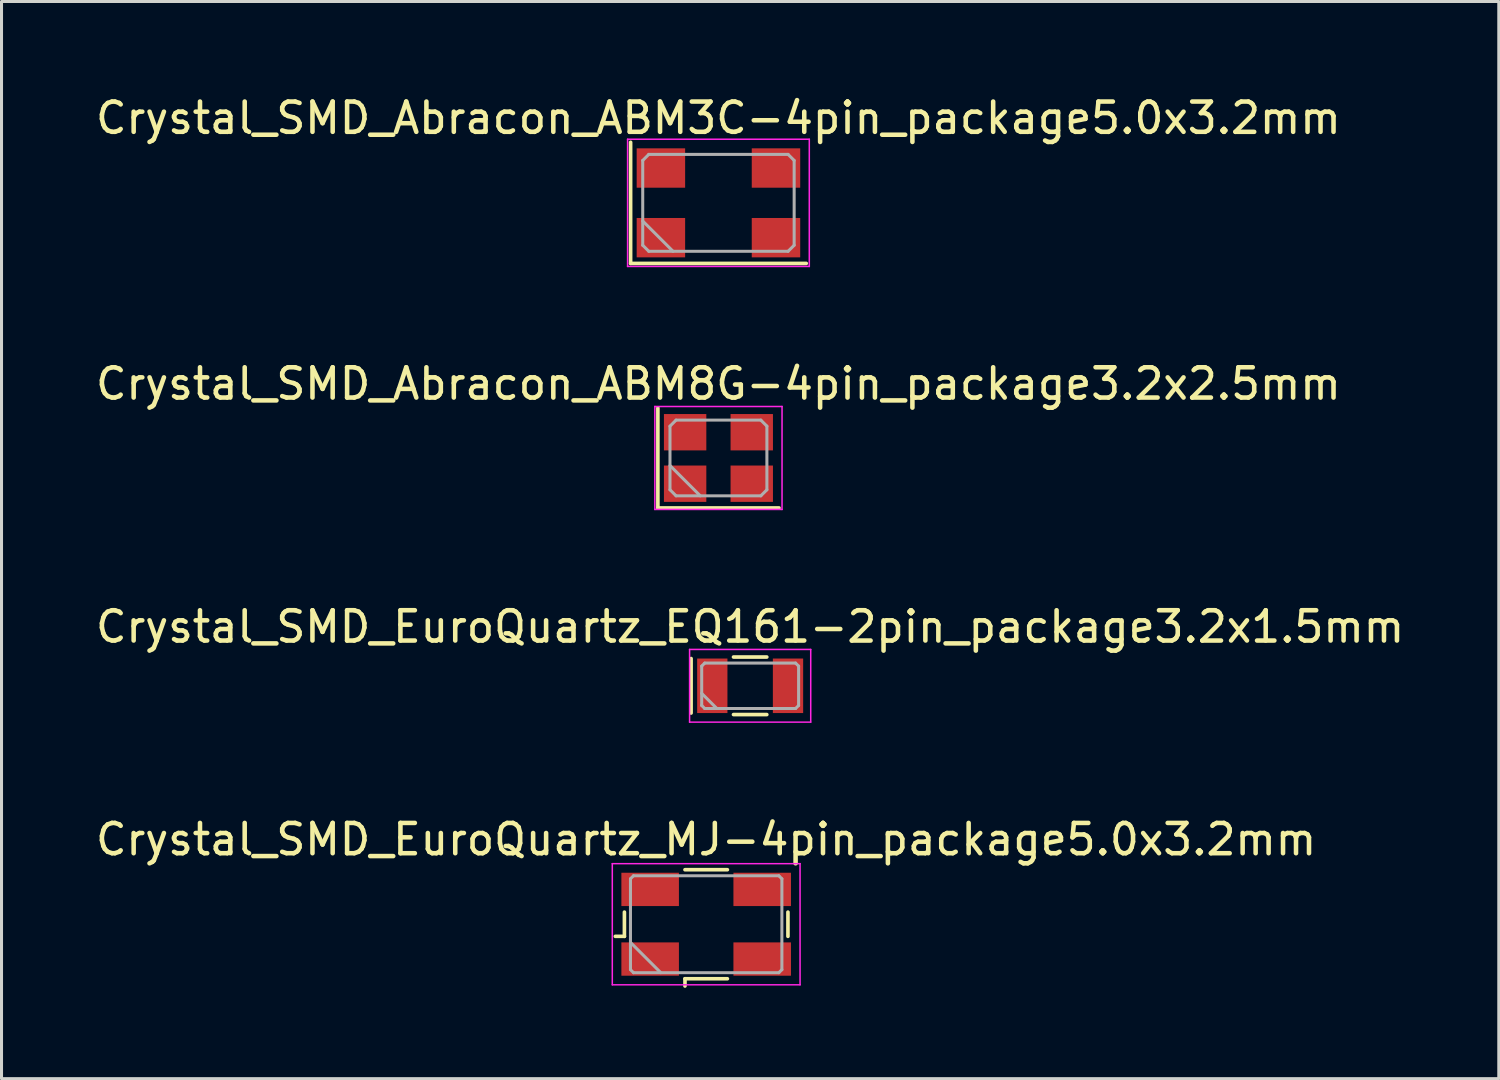
<source format=kicad_pcb>
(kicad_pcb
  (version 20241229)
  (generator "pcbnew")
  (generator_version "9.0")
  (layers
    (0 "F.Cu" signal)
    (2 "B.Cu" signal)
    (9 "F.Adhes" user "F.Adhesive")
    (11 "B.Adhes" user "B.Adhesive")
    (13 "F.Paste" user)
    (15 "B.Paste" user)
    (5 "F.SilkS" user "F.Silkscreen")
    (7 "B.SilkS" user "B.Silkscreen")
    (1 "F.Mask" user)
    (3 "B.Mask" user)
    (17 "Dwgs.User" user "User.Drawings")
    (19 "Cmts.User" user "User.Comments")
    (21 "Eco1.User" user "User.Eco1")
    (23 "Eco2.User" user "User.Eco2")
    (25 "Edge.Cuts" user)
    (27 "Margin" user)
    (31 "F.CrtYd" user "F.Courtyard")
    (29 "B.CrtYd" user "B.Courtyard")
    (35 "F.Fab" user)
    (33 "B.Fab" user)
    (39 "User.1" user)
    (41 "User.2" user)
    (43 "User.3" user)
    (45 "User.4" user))
  (footprint "Crystal_SMD_EuroQuartz_EQ161-2pin_package3.2x1.5mm"
    (layer "F.Cu")
    (at 21.72 19.595)
    (property "Reference" "Crystal_SMD_EuroQuartz_EQ161-2pin_package3.2x1.5mm" (at 0 -1.95 0) (layer "F.SilkS") (effects (font (size 1 1) (thickness 0.15))))
    (attr smd)
    (fp_line (start -1.95 -0.9) (end -1.95 0.9) (stroke (width 0.12) (type solid)) (layer "F.SilkS"))
    (fp_line (start -0.55 -0.95) (end 0.55 -0.95) (stroke (width 0.12) (type solid)) (layer "F.SilkS"))
    (fp_line (start -0.55 0.95) (end 0.55 0.95) (stroke (width 0.12) (type solid)) (layer "F.SilkS"))
    (fp_line (start -2 -1.2) (end -2 1.2) (stroke (width 0.05) (type solid)) (layer "F.CrtYd"))
    (fp_line (start -2 1.2) (end 2 1.2) (stroke (width 0.05) (type solid)) (layer "F.CrtYd"))
    (fp_line (start 2 -1.2) (end -2 -1.2) (stroke (width 0.05) (type solid)) (layer "F.CrtYd"))
    (fp_line (start 2 1.2) (end 2 -1.2) (stroke (width 0.05) (type solid)) (layer "F.CrtYd"))
    (fp_line (start -1.6 -0.65) (end -1.5 -0.75) (stroke (width 0.1) (type solid)) (layer "F.Fab"))
    (fp_line (start -1.6 0.25) (end -1.1 0.75) (stroke (width 0.1) (type solid)) (layer "F.Fab"))
    (fp_line (start -1.6 0.65) (end -1.6 -0.65) (stroke (width 0.1) (type solid)) (layer "F.Fab"))
    (fp_line (start -1.5 -0.75) (end 1.5 -0.75) (stroke (width 0.1) (type solid)) (layer "F.Fab"))
    (fp_line (start -1.5 0.75) (end -1.6 0.65) (stroke (width 0.1) (type solid)) (layer "F.Fab"))
    (fp_line (start 1.5 -0.75) (end 1.6 -0.65) (stroke (width 0.1) (type solid)) (layer "F.Fab"))
    (fp_line (start 1.5 0.75) (end -1.5 0.75) (stroke (width 0.1) (type solid)) (layer "F.Fab"))
    (fp_line (start 1.6 -0.65) (end 1.6 0.65) (stroke (width 0.1) (type solid)) (layer "F.Fab"))
    (fp_line (start 1.6 0.65) (end 1.5 0.75) (stroke (width 0.1) (type solid)) (layer "F.Fab"))
    (pad "1" smd rect (at -1.25 0) (size 1 1.8) (layers "F.Cu" "F.Mask"))
    (pad "2" smd rect (at 1.25 0) (size 1 1.8) (layers "F.Cu" "F.Mask")))
  (footprint "Crystal_SMD_Abracon_ABM3C-4pin_package5.0x3.2mm"
    (layer "F.Cu")
    (at 20.673 3.648)
    (property "Reference" "Crystal_SMD_Abracon_ABM3C-4pin_package5.0x3.2mm" (at 0 -2.8 0) (layer "F.SilkS") (effects (font (size 1 1) (thickness 0.15))))
    (attr smd)
    (fp_line (start -2.9 -2) (end -2.9 2) (stroke (width 0.12) (type solid)) (layer "F.SilkS"))
    (fp_line (start -2.9 2) (end 2.9 2) (stroke (width 0.12) (type solid)) (layer "F.SilkS"))
    (fp_line (start -3 -2.1) (end -3 2.1) (stroke (width 0.05) (type solid)) (layer "F.CrtYd"))
    (fp_line (start -3 2.1) (end 3 2.1) (stroke (width 0.05) (type solid)) (layer "F.CrtYd"))
    (fp_line (start 3 -2.1) (end -3 -2.1) (stroke (width 0.05) (type solid)) (layer "F.CrtYd"))
    (fp_line (start 3 2.1) (end 3 -2.1) (stroke (width 0.05) (type solid)) (layer "F.CrtYd"))
    (fp_line (start -2.5 -1.4) (end -2.3 -1.6) (stroke (width 0.1) (type solid)) (layer "F.Fab"))
    (fp_line (start -2.5 0.6) (end -1.5 1.6) (stroke (width 0.1) (type solid)) (layer "F.Fab"))
    (fp_line (start -2.5 1.4) (end -2.5 -1.4) (stroke (width 0.1) (type solid)) (layer "F.Fab"))
    (fp_line (start -2.3 -1.6) (end 2.3 -1.6) (stroke (width 0.1) (type solid)) (layer "F.Fab"))
    (fp_line (start -2.3 1.6) (end -2.5 1.4) (stroke (width 0.1) (type solid)) (layer "F.Fab"))
    (fp_line (start 2.3 -1.6) (end 2.5 -1.4) (stroke (width 0.1) (type solid)) (layer "F.Fab"))
    (fp_line (start 2.3 1.6) (end -2.3 1.6) (stroke (width 0.1) (type solid)) (layer "F.Fab"))
    (fp_line (start 2.5 -1.4) (end 2.5 1.4) (stroke (width 0.1) (type solid)) (layer "F.Fab"))
    (fp_line (start 2.5 1.4) (end 2.3 1.6) (stroke (width 0.1) (type solid)) (layer "F.Fab"))
    (pad "1" smd rect (at -1.9 1.15) (size 1.6 1.3) (layers "F.Cu" "F.Mask"))
    (pad "2" smd rect (at 1.9 1.15) (size 1.6 1.3) (layers "F.Cu" "F.Mask"))
    (pad "3" smd rect (at 1.9 -1.15) (size 1.6 1.3) (layers "F.Cu" "F.Mask"))
    (pad "4" smd rect (at -1.9 -1.15) (size 1.6 1.3) (layers "F.Cu" "F.Mask")))
  (footprint "Crystal_SMD_Abracon_ABM8G-4pin_package3.2x2.5mm"
    (layer "F.Cu")
    (at 20.673 12.072)
    (property "Reference" "Crystal_SMD_Abracon_ABM8G-4pin_package3.2x2.5mm" (at 0 -2.45 0) (layer "F.SilkS") (effects (font (size 1 1) (thickness 0.15))))
    (attr smd)
    (fp_line (start -2 -1.65) (end -2 1.65) (stroke (width 0.12) (type solid)) (layer "F.SilkS"))
    (fp_line (start -2 1.65) (end 2 1.65) (stroke (width 0.12) (type solid)) (layer "F.SilkS"))
    (fp_line (start -2.1 -1.7) (end -2.1 1.7) (stroke (width 0.05) (type solid)) (layer "F.CrtYd"))
    (fp_line (start -2.1 1.7) (end 2.1 1.7) (stroke (width 0.05) (type solid)) (layer "F.CrtYd"))
    (fp_line (start 2.1 -1.7) (end -2.1 -1.7) (stroke (width 0.05) (type solid)) (layer "F.CrtYd"))
    (fp_line (start 2.1 1.7) (end 2.1 -1.7) (stroke (width 0.05) (type solid)) (layer "F.CrtYd"))
    (fp_line (start -1.6 -1.05) (end -1.4 -1.25) (stroke (width 0.1) (type solid)) (layer "F.Fab"))
    (fp_line (start -1.6 0.25) (end -0.6 1.25) (stroke (width 0.1) (type solid)) (layer "F.Fab"))
    (fp_line (start -1.6 1.05) (end -1.6 -1.05) (stroke (width 0.1) (type solid)) (layer "F.Fab"))
    (fp_line (start -1.4 -1.25) (end 1.4 -1.25) (stroke (width 0.1) (type solid)) (layer "F.Fab"))
    (fp_line (start -1.4 1.25) (end -1.6 1.05) (stroke (width 0.1) (type solid)) (layer "F.Fab"))
    (fp_line (start 1.4 -1.25) (end 1.6 -1.05) (stroke (width 0.1) (type solid)) (layer "F.Fab"))
    (fp_line (start 1.4 1.25) (end -1.4 1.25) (stroke (width 0.1) (type solid)) (layer "F.Fab"))
    (fp_line (start 1.6 -1.05) (end 1.6 1.05) (stroke (width 0.1) (type solid)) (layer "F.Fab"))
    (fp_line (start 1.6 1.05) (end 1.4 1.25) (stroke (width 0.1) (type solid)) (layer "F.Fab"))
    (pad "1" smd rect (at -1.1 0.85) (size 1.4 1.2) (layers "F.Cu" "F.Mask"))
    (pad "2" smd rect (at 1.1 0.85) (size 1.4 1.2) (layers "F.Cu" "F.Mask"))
    (pad "3" smd rect (at 1.1 -0.85) (size 1.4 1.2) (layers "F.Cu" "F.Mask"))
    (pad "4" smd rect (at -1.1 -0.85) (size 1.4 1.2) (layers "F.Cu" "F.Mask")))
  (footprint "Crystal_SMD_EuroQuartz_MJ-4pin_package5.0x3.2mm"
    (layer "F.Cu")
    (at 20.268 27.468)
    (property "Reference" "Crystal_SMD_EuroQuartz_MJ-4pin_package5.0x3.2mm" (at 0 -2.8 0) (layer "F.SilkS") (effects (font (size 1 1) (thickness 0.15))))
    (attr smd)
    (fp_line (start -3 0.4) (end -2.7 0.4) (stroke (width 0.12) (type solid)) (layer "F.SilkS"))
    (fp_line (start -2.7 0.4) (end -2.7 -0.4) (stroke (width 0.12) (type solid)) (layer "F.SilkS"))
    (fp_line (start -0.7 -1.8) (end 0.7 -1.8) (stroke (width 0.12) (type solid)) (layer "F.SilkS"))
    (fp_line (start -0.7 1.8) (end -0.7 2.04) (stroke (width 0.12) (type solid)) (layer "F.SilkS"))
    (fp_line (start 0.7 1.8) (end -0.7 1.8) (stroke (width 0.12) (type solid)) (layer "F.SilkS"))
    (fp_line (start 2.7 -0.4) (end 2.7 0.4) (stroke (width 0.12) (type solid)) (layer "F.SilkS"))
    (fp_line (start -3.1 -2) (end -3.1 2) (stroke (width 0.05) (type solid)) (layer "F.CrtYd"))
    (fp_line (start -3.1 2) (end 3.1 2) (stroke (width 0.05) (type solid)) (layer "F.CrtYd"))
    (fp_line (start 3.1 -2) (end -3.1 -2) (stroke (width 0.05) (type solid)) (layer "F.CrtYd"))
    (fp_line (start 3.1 2) (end 3.1 -2) (stroke (width 0.05) (type solid)) (layer "F.CrtYd"))
    (fp_line (start -2.5 -1.5) (end -2.4 -1.6) (stroke (width 0.1) (type solid)) (layer "F.Fab"))
    (fp_line (start -2.5 0.6) (end -1.5 1.6) (stroke (width 0.1) (type solid)) (layer "F.Fab"))
    (fp_line (start -2.5 1.5) (end -2.5 -1.5) (stroke (width 0.1) (type solid)) (layer "F.Fab"))
    (fp_line (start -2.4 -1.6) (end 2.4 -1.6) (stroke (width 0.1) (type solid)) (layer "F.Fab"))
    (fp_line (start -2.4 1.6) (end -2.5 1.5) (stroke (width 0.1) (type solid)) (layer "F.Fab"))
    (fp_line (start 2.4 -1.6) (end 2.5 -1.5) (stroke (width 0.1) (type solid)) (layer "F.Fab"))
    (fp_line (start 2.4 1.6) (end -2.4 1.6) (stroke (width 0.1) (type solid)) (layer "F.Fab"))
    (fp_line (start 2.5 -1.5) (end 2.5 1.5) (stroke (width 0.1) (type solid)) (layer "F.Fab"))
    (fp_line (start 2.5 1.5) (end 2.4 1.6) (stroke (width 0.1) (type solid)) (layer "F.Fab"))
    (pad "1" smd rect (at -1.85 1.15) (size 1.9 1.1) (layers "F.Cu" "F.Mask"))
    (pad "2" smd rect (at 1.85 1.15) (size 1.9 1.1) (layers "F.Cu" "F.Mask"))
    (pad "3" smd rect (at 1.85 -1.15) (size 1.9 1.1) (layers "F.Cu" "F.Mask"))
    (pad "4" smd rect (at -1.85 -1.15) (size 1.9 1.1) (layers "F.Cu" "F.Mask")))
  (gr_rect
    (start -3 -3)
    (end 46.44 32.568)
    (stroke (width 0.1) (type default))
    (fill no)
    (layer "Edge.Cuts")))
</source>
